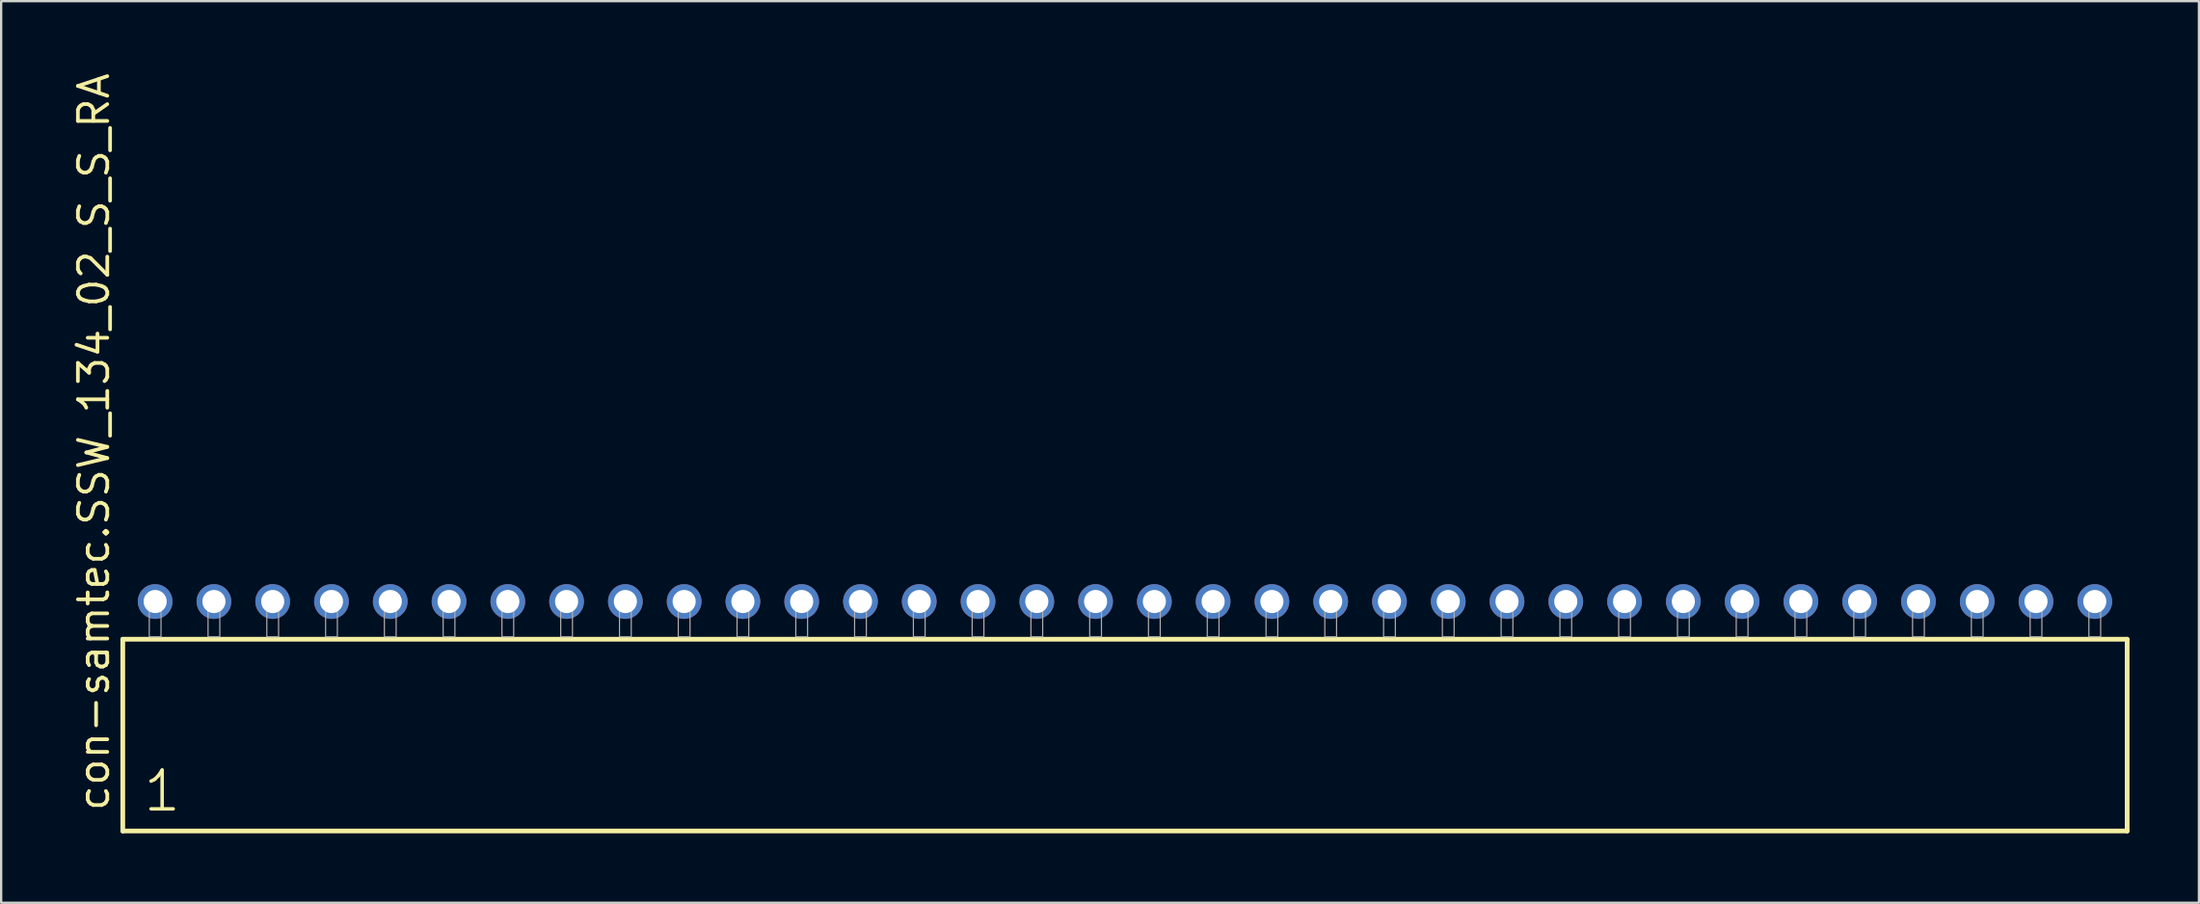
<source format=kicad_pcb>
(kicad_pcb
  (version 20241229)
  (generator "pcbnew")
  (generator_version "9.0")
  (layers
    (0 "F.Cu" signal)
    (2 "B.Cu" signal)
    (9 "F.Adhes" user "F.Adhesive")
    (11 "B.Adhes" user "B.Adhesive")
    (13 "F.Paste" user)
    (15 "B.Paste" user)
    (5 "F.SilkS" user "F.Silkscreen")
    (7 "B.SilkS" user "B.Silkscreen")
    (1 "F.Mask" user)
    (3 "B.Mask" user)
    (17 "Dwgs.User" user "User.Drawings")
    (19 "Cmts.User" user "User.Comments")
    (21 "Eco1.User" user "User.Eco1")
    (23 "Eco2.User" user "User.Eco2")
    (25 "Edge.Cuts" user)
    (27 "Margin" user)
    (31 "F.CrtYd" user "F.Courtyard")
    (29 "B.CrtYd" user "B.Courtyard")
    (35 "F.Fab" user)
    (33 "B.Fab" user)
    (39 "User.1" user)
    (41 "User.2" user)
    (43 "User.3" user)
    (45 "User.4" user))
  (footprint "con-samtec.SSW_134_02_S_S_RA"
    (layer "F.Cu")
    (at 45.565 24.477)
    (property "Reference" "con-samtec.SSW_134_02_S_S_RA" (at -43.815 7.62 90) (layer "F.SilkS") (effects (font (size 1.27 1.27) (thickness 0.16)) (justify left bottom)))
    (attr through_hole)
    (fp_line (start -43.309 0.106) (end -43.309 8.396) (stroke (width 0.203) (type default)) (layer "F.SilkS"))
    (fp_line (start -43.309 8.396) (end 43.309 8.396) (stroke (width 0.203) (type default)) (layer "F.SilkS"))
    (fp_line (start 43.309 0.106) (end -43.309 0.106) (stroke (width 0.203) (type default)) (layer "F.SilkS"))
    (fp_line (start 43.309 8.396) (end 43.309 0.106) (stroke (width 0.203) (type default)) (layer "F.SilkS"))
    (fp_rect (start -42.164 0) (end -41.656 -1.778) (stroke (width 0.05) (type default)) (fill no) (layer "F.Fab"))
    (fp_rect (start -39.624 0) (end -39.116 -1.778) (stroke (width 0.05) (type default)) (fill no) (layer "F.Fab"))
    (fp_rect (start -37.084 0) (end -36.576 -1.778) (stroke (width 0.05) (type default)) (fill no) (layer "F.Fab"))
    (fp_rect (start -34.544 0) (end -34.036 -1.778) (stroke (width 0.05) (type default)) (fill no) (layer "F.Fab"))
    (fp_rect (start -32.004 0) (end -31.496 -1.778) (stroke (width 0.05) (type default)) (fill no) (layer "F.Fab"))
    (fp_rect (start -29.464 0) (end -28.956 -1.778) (stroke (width 0.05) (type default)) (fill no) (layer "F.Fab"))
    (fp_rect (start -26.924 0) (end -26.416 -1.778) (stroke (width 0.05) (type default)) (fill no) (layer "F.Fab"))
    (fp_rect (start -24.384 0) (end -23.876 -1.778) (stroke (width 0.05) (type default)) (fill no) (layer "F.Fab"))
    (fp_rect (start -21.844 0) (end -21.336 -1.778) (stroke (width 0.05) (type default)) (fill no) (layer "F.Fab"))
    (fp_rect (start -19.304 0) (end -18.796 -1.778) (stroke (width 0.05) (type default)) (fill no) (layer "F.Fab"))
    (fp_rect (start -16.764 0) (end -16.256 -1.778) (stroke (width 0.05) (type default)) (fill no) (layer "F.Fab"))
    (fp_rect (start -14.224 0) (end -13.716 -1.778) (stroke (width 0.05) (type default)) (fill no) (layer "F.Fab"))
    (fp_rect (start -11.684 0) (end -11.176 -1.778) (stroke (width 0.05) (type default)) (fill no) (layer "F.Fab"))
    (fp_rect (start -9.144 0) (end -8.636 -1.778) (stroke (width 0.05) (type default)) (fill no) (layer "F.Fab"))
    (fp_rect (start -6.604 0) (end -6.096 -1.778) (stroke (width 0.05) (type default)) (fill no) (layer "F.Fab"))
    (fp_rect (start -4.064 0) (end -3.556 -1.778) (stroke (width 0.05) (type default)) (fill no) (layer "F.Fab"))
    (fp_rect (start -1.524 0) (end -1.016 -1.778) (stroke (width 0.05) (type default)) (fill no) (layer "F.Fab"))
    (fp_rect (start 1.016 0) (end 1.524 -1.778) (stroke (width 0.05) (type default)) (fill no) (layer "F.Fab"))
    (fp_rect (start 3.556 0) (end 4.064 -1.778) (stroke (width 0.05) (type default)) (fill no) (layer "F.Fab"))
    (fp_rect (start 6.096 0) (end 6.604 -1.778) (stroke (width 0.05) (type default)) (fill no) (layer "F.Fab"))
    (fp_rect (start 8.636 0) (end 9.144 -1.778) (stroke (width 0.05) (type default)) (fill no) (layer "F.Fab"))
    (fp_rect (start 11.176 0) (end 11.684 -1.778) (stroke (width 0.05) (type default)) (fill no) (layer "F.Fab"))
    (fp_rect (start 13.716 0) (end 14.224 -1.778) (stroke (width 0.05) (type default)) (fill no) (layer "F.Fab"))
    (fp_rect (start 16.256 0) (end 16.764 -1.778) (stroke (width 0.05) (type default)) (fill no) (layer "F.Fab"))
    (fp_rect (start 18.796 0) (end 19.304 -1.778) (stroke (width 0.05) (type default)) (fill no) (layer "F.Fab"))
    (fp_rect (start 21.336 0) (end 21.844 -1.778) (stroke (width 0.05) (type default)) (fill no) (layer "F.Fab"))
    (fp_rect (start 23.876 0) (end 24.384 -1.778) (stroke (width 0.05) (type default)) (fill no) (layer "F.Fab"))
    (fp_rect (start 26.416 0) (end 26.924 -1.778) (stroke (width 0.05) (type default)) (fill no) (layer "F.Fab"))
    (fp_rect (start 28.956 0) (end 29.464 -1.778) (stroke (width 0.05) (type default)) (fill no) (layer "F.Fab"))
    (fp_rect (start 31.496 0) (end 32.004 -1.778) (stroke (width 0.05) (type default)) (fill no) (layer "F.Fab"))
    (fp_rect (start 34.036 0) (end 34.544 -1.778) (stroke (width 0.05) (type default)) (fill no) (layer "F.Fab"))
    (fp_rect (start 36.576 0) (end 37.084 -1.778) (stroke (width 0.05) (type default)) (fill no) (layer "F.Fab"))
    (fp_rect (start 39.116 0) (end 39.624 -1.778) (stroke (width 0.05) (type default)) (fill no) (layer "F.Fab"))
    (fp_rect (start 41.656 0) (end 42.164 -1.778) (stroke (width 0.05) (type default)) (fill no) (layer "F.Fab"))
    (fp_text user "1" (at -42.505 7.65 0) (layer "F.SilkS") (effects (font (size 1.676 1.676) (thickness 0.15)) (justify left bottom)))
    (pad "1" thru_hole circle (at -41.91 -1.524) (size 1.5 1.5) (drill 1) (layers "*.Cu" "*.Mask"))
    (pad "2" thru_hole circle (at -39.37 -1.524) (size 1.5 1.5) (drill 1) (layers "*.Cu" "*.Mask"))
    (pad "3" thru_hole circle (at -36.83 -1.524) (size 1.5 1.5) (drill 1) (layers "*.Cu" "*.Mask"))
    (pad "4" thru_hole circle (at -34.29 -1.524) (size 1.5 1.5) (drill 1) (layers "*.Cu" "*.Mask"))
    (pad "5" thru_hole circle (at -31.75 -1.524) (size 1.5 1.5) (drill 1) (layers "*.Cu" "*.Mask"))
    (pad "6" thru_hole circle (at -29.21 -1.524) (size 1.5 1.5) (drill 1) (layers "*.Cu" "*.Mask"))
    (pad "7" thru_hole circle (at -26.67 -1.524) (size 1.5 1.5) (drill 1) (layers "*.Cu" "*.Mask"))
    (pad "8" thru_hole circle (at -24.13 -1.524) (size 1.5 1.5) (drill 1) (layers "*.Cu" "*.Mask"))
    (pad "9" thru_hole circle (at -21.59 -1.524) (size 1.5 1.5) (drill 1) (layers "*.Cu" "*.Mask"))
    (pad "10" thru_hole circle (at -19.05 -1.524) (size 1.5 1.5) (drill 1) (layers "*.Cu" "*.Mask"))
    (pad "11" thru_hole circle (at -16.51 -1.524) (size 1.5 1.5) (drill 1) (layers "*.Cu" "*.Mask"))
    (pad "12" thru_hole circle (at -13.97 -1.524) (size 1.5 1.5) (drill 1) (layers "*.Cu" "*.Mask"))
    (pad "13" thru_hole circle (at -11.43 -1.524) (size 1.5 1.5) (drill 1) (layers "*.Cu" "*.Mask"))
    (pad "14" thru_hole circle (at -8.89 -1.524) (size 1.5 1.5) (drill 1) (layers "*.Cu" "*.Mask"))
    (pad "15" thru_hole circle (at -6.35 -1.524) (size 1.5 1.5) (drill 1) (layers "*.Cu" "*.Mask"))
    (pad "16" thru_hole circle (at -3.81 -1.524) (size 1.5 1.5) (drill 1) (layers "*.Cu" "*.Mask"))
    (pad "17" thru_hole circle (at -1.27 -1.524) (size 1.5 1.5) (drill 1) (layers "*.Cu" "*.Mask"))
    (pad "18" thru_hole circle (at 1.27 -1.524) (size 1.5 1.5) (drill 1) (layers "*.Cu" "*.Mask"))
    (pad "19" thru_hole circle (at 3.81 -1.524) (size 1.5 1.5) (drill 1) (layers "*.Cu" "*.Mask"))
    (pad "20" thru_hole circle (at 6.35 -1.524) (size 1.5 1.5) (drill 1) (layers "*.Cu" "*.Mask"))
    (pad "21" thru_hole circle (at 8.89 -1.524) (size 1.5 1.5) (drill 1) (layers "*.Cu" "*.Mask"))
    (pad "22" thru_hole circle (at 11.43 -1.524) (size 1.5 1.5) (drill 1) (layers "*.Cu" "*.Mask"))
    (pad "23" thru_hole circle (at 13.97 -1.524) (size 1.5 1.5) (drill 1) (layers "*.Cu" "*.Mask"))
    (pad "24" thru_hole circle (at 16.51 -1.524) (size 1.5 1.5) (drill 1) (layers "*.Cu" "*.Mask"))
    (pad "25" thru_hole circle (at 19.05 -1.524) (size 1.5 1.5) (drill 1) (layers "*.Cu" "*.Mask"))
    (pad "26" thru_hole circle (at 21.59 -1.524) (size 1.5 1.5) (drill 1) (layers "*.Cu" "*.Mask"))
    (pad "27" thru_hole circle (at 24.13 -1.524) (size 1.5 1.5) (drill 1) (layers "*.Cu" "*.Mask"))
    (pad "28" thru_hole circle (at 26.67 -1.524) (size 1.5 1.5) (drill 1) (layers "*.Cu" "*.Mask"))
    (pad "29" thru_hole circle (at 29.21 -1.524) (size 1.5 1.5) (drill 1) (layers "*.Cu" "*.Mask"))
    (pad "30" thru_hole circle (at 31.75 -1.524) (size 1.5 1.5) (drill 1) (layers "*.Cu" "*.Mask"))
    (pad "31" thru_hole circle (at 34.29 -1.524) (size 1.5 1.5) (drill 1) (layers "*.Cu" "*.Mask"))
    (pad "32" thru_hole circle (at 36.83 -1.524) (size 1.5 1.5) (drill 1) (layers "*.Cu" "*.Mask"))
    (pad "33" thru_hole circle (at 39.37 -1.524) (size 1.5 1.5) (drill 1) (layers "*.Cu" "*.Mask"))
    (pad "34" thru_hole circle (at 41.91 -1.524) (size 1.5 1.5) (drill 1) (layers "*.Cu" "*.Mask")))
  (gr_rect
    (start -3 -3)
    (end 91.976 35.975)
    (stroke (width 0.1) (type default))
    (fill no)
    (layer "Edge.Cuts")))
</source>
